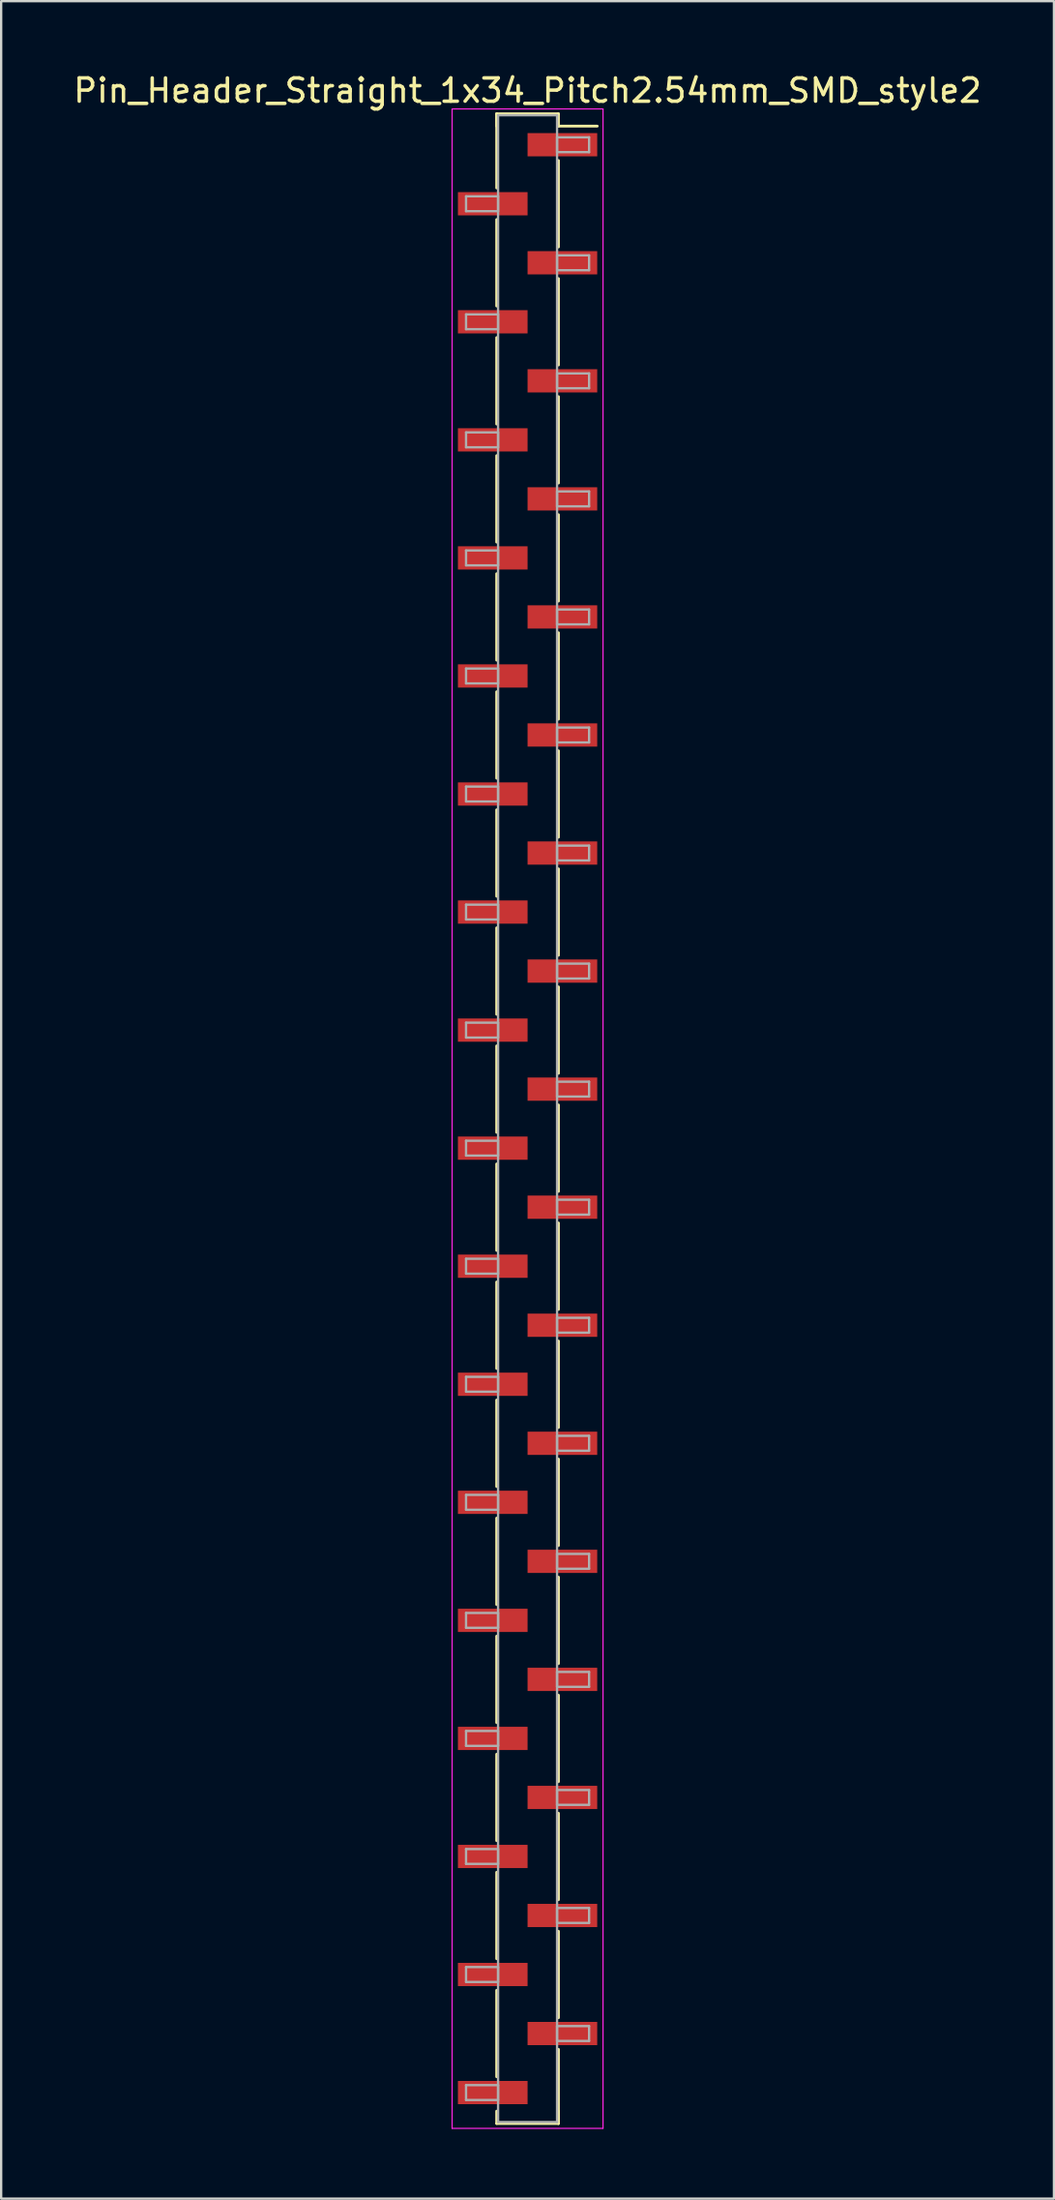
<source format=kicad_pcb>
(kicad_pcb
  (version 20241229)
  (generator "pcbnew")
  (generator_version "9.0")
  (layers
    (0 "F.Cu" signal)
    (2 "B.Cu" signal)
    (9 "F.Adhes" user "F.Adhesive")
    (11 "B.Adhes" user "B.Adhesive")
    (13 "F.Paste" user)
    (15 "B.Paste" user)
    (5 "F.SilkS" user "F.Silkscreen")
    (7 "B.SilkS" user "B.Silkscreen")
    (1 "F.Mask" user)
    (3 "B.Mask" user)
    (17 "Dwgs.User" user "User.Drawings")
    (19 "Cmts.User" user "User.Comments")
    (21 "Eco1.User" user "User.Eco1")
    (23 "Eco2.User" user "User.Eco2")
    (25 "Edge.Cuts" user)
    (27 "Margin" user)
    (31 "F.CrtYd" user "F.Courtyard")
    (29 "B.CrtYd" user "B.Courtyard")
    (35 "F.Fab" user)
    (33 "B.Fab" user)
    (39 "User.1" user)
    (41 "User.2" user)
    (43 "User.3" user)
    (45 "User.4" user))
  (footprint "Pin_Header_Straight_1x34_Pitch2.54mm_SMD_style2"
    (layer "F.Cu")
    (at 19.673 45.088)
    (property "Reference" "Pin_Header_Straight_1x34_Pitch2.54mm_SMD_style2" (at 0 -44.24 0) (layer "F.SilkS") (effects (font (size 1 1) (thickness 0.15))))
    (attr smd)
    (fp_line (start -1.33 -43.24) (end -1.33 -40.05) (stroke (width 0.12) (type solid)) (layer "F.SilkS"))
    (fp_line (start -1.33 -43.24) (end 1.33 -43.24) (stroke (width 0.12) (type solid)) (layer "F.SilkS"))
    (fp_line (start -1.33 -42.71) (end -1.33 -43.24) (stroke (width 0.12) (type solid)) (layer "F.SilkS"))
    (fp_line (start -1.33 -38.69) (end -1.33 -34.97) (stroke (width 0.12) (type solid)) (layer "F.SilkS"))
    (fp_line (start -1.33 -33.61) (end -1.33 -29.89) (stroke (width 0.12) (type solid)) (layer "F.SilkS"))
    (fp_line (start -1.33 -28.53) (end -1.33 -24.81) (stroke (width 0.12) (type solid)) (layer "F.SilkS"))
    (fp_line (start -1.33 -23.45) (end -1.33 -19.73) (stroke (width 0.12) (type solid)) (layer "F.SilkS"))
    (fp_line (start -1.33 -18.37) (end -1.33 -14.65) (stroke (width 0.12) (type solid)) (layer "F.SilkS"))
    (fp_line (start -1.33 -13.29) (end -1.33 -9.57) (stroke (width 0.12) (type solid)) (layer "F.SilkS"))
    (fp_line (start -1.33 -8.21) (end -1.33 -4.49) (stroke (width 0.12) (type solid)) (layer "F.SilkS"))
    (fp_line (start -1.33 -3.13) (end -1.33 0.59) (stroke (width 0.12) (type solid)) (layer "F.SilkS"))
    (fp_line (start -1.33 1.95) (end -1.33 5.67) (stroke (width 0.12) (type solid)) (layer "F.SilkS"))
    (fp_line (start -1.33 7.03) (end -1.33 10.75) (stroke (width 0.12) (type solid)) (layer "F.SilkS"))
    (fp_line (start -1.33 12.11) (end -1.33 15.83) (stroke (width 0.12) (type solid)) (layer "F.SilkS"))
    (fp_line (start -1.33 17.19) (end -1.33 20.91) (stroke (width 0.12) (type solid)) (layer "F.SilkS"))
    (fp_line (start -1.33 22.27) (end -1.33 25.99) (stroke (width 0.12) (type solid)) (layer "F.SilkS"))
    (fp_line (start -1.33 27.35) (end -1.33 31.07) (stroke (width 0.12) (type solid)) (layer "F.SilkS"))
    (fp_line (start -1.33 32.43) (end -1.33 36.15) (stroke (width 0.12) (type solid)) (layer "F.SilkS"))
    (fp_line (start -1.33 37.51) (end -1.33 41.23) (stroke (width 0.12) (type solid)) (layer "F.SilkS"))
    (fp_line (start -1.33 42.71) (end -1.33 43.24) (stroke (width 0.12) (type solid)) (layer "F.SilkS"))
    (fp_line (start -1.33 43.24) (end 1.33 43.24) (stroke (width 0.12) (type solid)) (layer "F.SilkS"))
    (fp_line (start 1.33 -43.24) (end 1.33 -42.71) (stroke (width 0.12) (type solid)) (layer "F.SilkS"))
    (fp_line (start 1.33 -42.71) (end 3 -42.71) (stroke (width 0.12) (type solid)) (layer "F.SilkS"))
    (fp_line (start 1.33 -41.23) (end 1.33 -37.51) (stroke (width 0.12) (type solid)) (layer "F.SilkS"))
    (fp_line (start 1.33 -36.15) (end 1.33 -32.43) (stroke (width 0.12) (type solid)) (layer "F.SilkS"))
    (fp_line (start 1.33 -31.07) (end 1.33 -27.35) (stroke (width 0.12) (type solid)) (layer "F.SilkS"))
    (fp_line (start 1.33 -25.99) (end 1.33 -22.27) (stroke (width 0.12) (type solid)) (layer "F.SilkS"))
    (fp_line (start 1.33 -20.91) (end 1.33 -17.19) (stroke (width 0.12) (type solid)) (layer "F.SilkS"))
    (fp_line (start 1.33 -15.83) (end 1.33 -12.11) (stroke (width 0.12) (type solid)) (layer "F.SilkS"))
    (fp_line (start 1.33 -10.75) (end 1.33 -7.03) (stroke (width 0.12) (type solid)) (layer "F.SilkS"))
    (fp_line (start 1.33 -5.67) (end 1.33 -1.95) (stroke (width 0.12) (type solid)) (layer "F.SilkS"))
    (fp_line (start 1.33 -0.59) (end 1.33 3.13) (stroke (width 0.12) (type solid)) (layer "F.SilkS"))
    (fp_line (start 1.33 4.49) (end 1.33 8.21) (stroke (width 0.12) (type solid)) (layer "F.SilkS"))
    (fp_line (start 1.33 9.57) (end 1.33 13.29) (stroke (width 0.12) (type solid)) (layer "F.SilkS"))
    (fp_line (start 1.33 14.65) (end 1.33 18.37) (stroke (width 0.12) (type solid)) (layer "F.SilkS"))
    (fp_line (start 1.33 19.73) (end 1.33 23.45) (stroke (width 0.12) (type solid)) (layer "F.SilkS"))
    (fp_line (start 1.33 24.81) (end 1.33 28.53) (stroke (width 0.12) (type solid)) (layer "F.SilkS"))
    (fp_line (start 1.33 29.89) (end 1.33 33.61) (stroke (width 0.12) (type solid)) (layer "F.SilkS"))
    (fp_line (start 1.33 34.97) (end 1.33 38.69) (stroke (width 0.12) (type solid)) (layer "F.SilkS"))
    (fp_line (start 1.33 40.05) (end 1.33 43.24) (stroke (width 0.12) (type solid)) (layer "F.SilkS"))
    (fp_line (start 1.33 43.24) (end 1.33 42.71) (stroke (width 0.12) (type solid)) (layer "F.SilkS"))
    (fp_line (start -3.25 -43.45) (end -3.25 43.45) (stroke (width 0.05) (type solid)) (layer "F.CrtYd"))
    (fp_line (start -3.25 43.45) (end 3.25 43.45) (stroke (width 0.05) (type solid)) (layer "F.CrtYd"))
    (fp_line (start 3.25 -43.45) (end -3.25 -43.45) (stroke (width 0.05) (type solid)) (layer "F.CrtYd"))
    (fp_line (start 3.25 43.45) (end 3.25 -43.45) (stroke (width 0.05) (type solid)) (layer "F.CrtYd"))
    (fp_line (start -2.65 -39.69) (end -1.27 -39.69) (stroke (width 0.1) (type solid)) (layer "F.Fab"))
    (fp_line (start -2.65 -39.05) (end -2.65 -39.69) (stroke (width 0.1) (type solid)) (layer "F.Fab"))
    (fp_line (start -2.65 -34.61) (end -1.27 -34.61) (stroke (width 0.1) (type solid)) (layer "F.Fab"))
    (fp_line (start -2.65 -33.97) (end -2.65 -34.61) (stroke (width 0.1) (type solid)) (layer "F.Fab"))
    (fp_line (start -2.65 -29.53) (end -1.27 -29.53) (stroke (width 0.1) (type solid)) (layer "F.Fab"))
    (fp_line (start -2.65 -28.89) (end -2.65 -29.53) (stroke (width 0.1) (type solid)) (layer "F.Fab"))
    (fp_line (start -2.65 -24.45) (end -1.27 -24.45) (stroke (width 0.1) (type solid)) (layer "F.Fab"))
    (fp_line (start -2.65 -23.81) (end -2.65 -24.45) (stroke (width 0.1) (type solid)) (layer "F.Fab"))
    (fp_line (start -2.65 -19.37) (end -1.27 -19.37) (stroke (width 0.1) (type solid)) (layer "F.Fab"))
    (fp_line (start -2.65 -18.73) (end -2.65 -19.37) (stroke (width 0.1) (type solid)) (layer "F.Fab"))
    (fp_line (start -2.65 -14.29) (end -1.27 -14.29) (stroke (width 0.1) (type solid)) (layer "F.Fab"))
    (fp_line (start -2.65 -13.65) (end -2.65 -14.29) (stroke (width 0.1) (type solid)) (layer "F.Fab"))
    (fp_line (start -2.65 -9.21) (end -1.27 -9.21) (stroke (width 0.1) (type solid)) (layer "F.Fab"))
    (fp_line (start -2.65 -8.57) (end -2.65 -9.21) (stroke (width 0.1) (type solid)) (layer "F.Fab"))
    (fp_line (start -2.65 -4.13) (end -1.27 -4.13) (stroke (width 0.1) (type solid)) (layer "F.Fab"))
    (fp_line (start -2.65 -3.49) (end -2.65 -4.13) (stroke (width 0.1) (type solid)) (layer "F.Fab"))
    (fp_line (start -2.65 0.95) (end -1.27 0.95) (stroke (width 0.1) (type solid)) (layer "F.Fab"))
    (fp_line (start -2.65 1.59) (end -2.65 0.95) (stroke (width 0.1) (type solid)) (layer "F.Fab"))
    (fp_line (start -2.65 6.03) (end -1.27 6.03) (stroke (width 0.1) (type solid)) (layer "F.Fab"))
    (fp_line (start -2.65 6.67) (end -2.65 6.03) (stroke (width 0.1) (type solid)) (layer "F.Fab"))
    (fp_line (start -2.65 11.11) (end -1.27 11.11) (stroke (width 0.1) (type solid)) (layer "F.Fab"))
    (fp_line (start -2.65 11.75) (end -2.65 11.11) (stroke (width 0.1) (type solid)) (layer "F.Fab"))
    (fp_line (start -2.65 16.19) (end -1.27 16.19) (stroke (width 0.1) (type solid)) (layer "F.Fab"))
    (fp_line (start -2.65 16.83) (end -2.65 16.19) (stroke (width 0.1) (type solid)) (layer "F.Fab"))
    (fp_line (start -2.65 21.27) (end -1.27 21.27) (stroke (width 0.1) (type solid)) (layer "F.Fab"))
    (fp_line (start -2.65 21.91) (end -2.65 21.27) (stroke (width 0.1) (type solid)) (layer "F.Fab"))
    (fp_line (start -2.65 26.35) (end -1.27 26.35) (stroke (width 0.1) (type solid)) (layer "F.Fab"))
    (fp_line (start -2.65 26.99) (end -2.65 26.35) (stroke (width 0.1) (type solid)) (layer "F.Fab"))
    (fp_line (start -2.65 31.43) (end -1.27 31.43) (stroke (width 0.1) (type solid)) (layer "F.Fab"))
    (fp_line (start -2.65 32.07) (end -2.65 31.43) (stroke (width 0.1) (type solid)) (layer "F.Fab"))
    (fp_line (start -2.65 36.51) (end -1.27 36.51) (stroke (width 0.1) (type solid)) (layer "F.Fab"))
    (fp_line (start -2.65 37.15) (end -2.65 36.51) (stroke (width 0.1) (type solid)) (layer "F.Fab"))
    (fp_line (start -2.65 41.59) (end -1.27 41.59) (stroke (width 0.1) (type solid)) (layer "F.Fab"))
    (fp_line (start -2.65 42.23) (end -2.65 41.59) (stroke (width 0.1) (type solid)) (layer "F.Fab"))
    (fp_line (start -1.27 -43.18) (end -1.27 43.18) (stroke (width 0.1) (type solid)) (layer "F.Fab"))
    (fp_line (start -1.27 -39.69) (end -1.27 -39.05) (stroke (width 0.1) (type solid)) (layer "F.Fab"))
    (fp_line (start -1.27 -39.05) (end -2.65 -39.05) (stroke (width 0.1) (type solid)) (layer "F.Fab"))
    (fp_line (start -1.27 -34.61) (end -1.27 -33.97) (stroke (width 0.1) (type solid)) (layer "F.Fab"))
    (fp_line (start -1.27 -33.97) (end -2.65 -33.97) (stroke (width 0.1) (type solid)) (layer "F.Fab"))
    (fp_line (start -1.27 -29.53) (end -1.27 -28.89) (stroke (width 0.1) (type solid)) (layer "F.Fab"))
    (fp_line (start -1.27 -28.89) (end -2.65 -28.89) (stroke (width 0.1) (type solid)) (layer "F.Fab"))
    (fp_line (start -1.27 -24.45) (end -1.27 -23.81) (stroke (width 0.1) (type solid)) (layer "F.Fab"))
    (fp_line (start -1.27 -23.81) (end -2.65 -23.81) (stroke (width 0.1) (type solid)) (layer "F.Fab"))
    (fp_line (start -1.27 -19.37) (end -1.27 -18.73) (stroke (width 0.1) (type solid)) (layer "F.Fab"))
    (fp_line (start -1.27 -18.73) (end -2.65 -18.73) (stroke (width 0.1) (type solid)) (layer "F.Fab"))
    (fp_line (start -1.27 -14.29) (end -1.27 -13.65) (stroke (width 0.1) (type solid)) (layer "F.Fab"))
    (fp_line (start -1.27 -13.65) (end -2.65 -13.65) (stroke (width 0.1) (type solid)) (layer "F.Fab"))
    (fp_line (start -1.27 -9.21) (end -1.27 -8.57) (stroke (width 0.1) (type solid)) (layer "F.Fab"))
    (fp_line (start -1.27 -8.57) (end -2.65 -8.57) (stroke (width 0.1) (type solid)) (layer "F.Fab"))
    (fp_line (start -1.27 -4.13) (end -1.27 -3.49) (stroke (width 0.1) (type solid)) (layer "F.Fab"))
    (fp_line (start -1.27 -3.49) (end -2.65 -3.49) (stroke (width 0.1) (type solid)) (layer "F.Fab"))
    (fp_line (start -1.27 0.95) (end -1.27 1.59) (stroke (width 0.1) (type solid)) (layer "F.Fab"))
    (fp_line (start -1.27 1.59) (end -2.65 1.59) (stroke (width 0.1) (type solid)) (layer "F.Fab"))
    (fp_line (start -1.27 6.03) (end -1.27 6.67) (stroke (width 0.1) (type solid)) (layer "F.Fab"))
    (fp_line (start -1.27 6.67) (end -2.65 6.67) (stroke (width 0.1) (type solid)) (layer "F.Fab"))
    (fp_line (start -1.27 11.11) (end -1.27 11.75) (stroke (width 0.1) (type solid)) (layer "F.Fab"))
    (fp_line (start -1.27 11.75) (end -2.65 11.75) (stroke (width 0.1) (type solid)) (layer "F.Fab"))
    (fp_line (start -1.27 16.19) (end -1.27 16.83) (stroke (width 0.1) (type solid)) (layer "F.Fab"))
    (fp_line (start -1.27 16.83) (end -2.65 16.83) (stroke (width 0.1) (type solid)) (layer "F.Fab"))
    (fp_line (start -1.27 21.27) (end -1.27 21.91) (stroke (width 0.1) (type solid)) (layer "F.Fab"))
    (fp_line (start -1.27 21.91) (end -2.65 21.91) (stroke (width 0.1) (type solid)) (layer "F.Fab"))
    (fp_line (start -1.27 26.35) (end -1.27 26.99) (stroke (width 0.1) (type solid)) (layer "F.Fab"))
    (fp_line (start -1.27 26.99) (end -2.65 26.99) (stroke (width 0.1) (type solid)) (layer "F.Fab"))
    (fp_line (start -1.27 31.43) (end -1.27 32.07) (stroke (width 0.1) (type solid)) (layer "F.Fab"))
    (fp_line (start -1.27 32.07) (end -2.65 32.07) (stroke (width 0.1) (type solid)) (layer "F.Fab"))
    (fp_line (start -1.27 36.51) (end -1.27 37.15) (stroke (width 0.1) (type solid)) (layer "F.Fab"))
    (fp_line (start -1.27 37.15) (end -2.65 37.15) (stroke (width 0.1) (type solid)) (layer "F.Fab"))
    (fp_line (start -1.27 41.59) (end -1.27 42.23) (stroke (width 0.1) (type solid)) (layer "F.Fab"))
    (fp_line (start -1.27 42.23) (end -2.65 42.23) (stroke (width 0.1) (type solid)) (layer "F.Fab"))
    (fp_line (start -1.27 43.18) (end 1.27 43.18) (stroke (width 0.1) (type solid)) (layer "F.Fab"))
    (fp_line (start 1.27 -43.18) (end -1.27 -43.18) (stroke (width 0.1) (type solid)) (layer "F.Fab"))
    (fp_line (start 1.27 -42.23) (end 1.27 -41.59) (stroke (width 0.1) (type solid)) (layer "F.Fab"))
    (fp_line (start 1.27 -41.59) (end 2.65 -41.59) (stroke (width 0.1) (type solid)) (layer "F.Fab"))
    (fp_line (start 1.27 -37.15) (end 1.27 -36.51) (stroke (width 0.1) (type solid)) (layer "F.Fab"))
    (fp_line (start 1.27 -36.51) (end 2.65 -36.51) (stroke (width 0.1) (type solid)) (layer "F.Fab"))
    (fp_line (start 1.27 -32.07) (end 1.27 -31.43) (stroke (width 0.1) (type solid)) (layer "F.Fab"))
    (fp_line (start 1.27 -31.43) (end 2.65 -31.43) (stroke (width 0.1) (type solid)) (layer "F.Fab"))
    (fp_line (start 1.27 -26.99) (end 1.27 -26.35) (stroke (width 0.1) (type solid)) (layer "F.Fab"))
    (fp_line (start 1.27 -26.35) (end 2.65 -26.35) (stroke (width 0.1) (type solid)) (layer "F.Fab"))
    (fp_line (start 1.27 -21.91) (end 1.27 -21.27) (stroke (width 0.1) (type solid)) (layer "F.Fab"))
    (fp_line (start 1.27 -21.27) (end 2.65 -21.27) (stroke (width 0.1) (type solid)) (layer "F.Fab"))
    (fp_line (start 1.27 -16.83) (end 1.27 -16.19) (stroke (width 0.1) (type solid)) (layer "F.Fab"))
    (fp_line (start 1.27 -16.19) (end 2.65 -16.19) (stroke (width 0.1) (type solid)) (layer "F.Fab"))
    (fp_line (start 1.27 -11.75) (end 1.27 -11.11) (stroke (width 0.1) (type solid)) (layer "F.Fab"))
    (fp_line (start 1.27 -11.11) (end 2.65 -11.11) (stroke (width 0.1) (type solid)) (layer "F.Fab"))
    (fp_line (start 1.27 -6.67) (end 1.27 -6.03) (stroke (width 0.1) (type solid)) (layer "F.Fab"))
    (fp_line (start 1.27 -6.03) (end 2.65 -6.03) (stroke (width 0.1) (type solid)) (layer "F.Fab"))
    (fp_line (start 1.27 -1.59) (end 1.27 -0.95) (stroke (width 0.1) (type solid)) (layer "F.Fab"))
    (fp_line (start 1.27 -0.95) (end 2.65 -0.95) (stroke (width 0.1) (type solid)) (layer "F.Fab"))
    (fp_line (start 1.27 3.49) (end 1.27 4.13) (stroke (width 0.1) (type solid)) (layer "F.Fab"))
    (fp_line (start 1.27 4.13) (end 2.65 4.13) (stroke (width 0.1) (type solid)) (layer "F.Fab"))
    (fp_line (start 1.27 8.57) (end 1.27 9.21) (stroke (width 0.1) (type solid)) (layer "F.Fab"))
    (fp_line (start 1.27 9.21) (end 2.65 9.21) (stroke (width 0.1) (type solid)) (layer "F.Fab"))
    (fp_line (start 1.27 13.65) (end 1.27 14.29) (stroke (width 0.1) (type solid)) (layer "F.Fab"))
    (fp_line (start 1.27 14.29) (end 2.65 14.29) (stroke (width 0.1) (type solid)) (layer "F.Fab"))
    (fp_line (start 1.27 18.73) (end 1.27 19.37) (stroke (width 0.1) (type solid)) (layer "F.Fab"))
    (fp_line (start 1.27 19.37) (end 2.65 19.37) (stroke (width 0.1) (type solid)) (layer "F.Fab"))
    (fp_line (start 1.27 23.81) (end 1.27 24.45) (stroke (width 0.1) (type solid)) (layer "F.Fab"))
    (fp_line (start 1.27 24.45) (end 2.65 24.45) (stroke (width 0.1) (type solid)) (layer "F.Fab"))
    (fp_line (start 1.27 28.89) (end 1.27 29.53) (stroke (width 0.1) (type solid)) (layer "F.Fab"))
    (fp_line (start 1.27 29.53) (end 2.65 29.53) (stroke (width 0.1) (type solid)) (layer "F.Fab"))
    (fp_line (start 1.27 33.97) (end 1.27 34.61) (stroke (width 0.1) (type solid)) (layer "F.Fab"))
    (fp_line (start 1.27 34.61) (end 2.65 34.61) (stroke (width 0.1) (type solid)) (layer "F.Fab"))
    (fp_line (start 1.27 39.05) (end 1.27 39.69) (stroke (width 0.1) (type solid)) (layer "F.Fab"))
    (fp_line (start 1.27 39.69) (end 2.65 39.69) (stroke (width 0.1) (type solid)) (layer "F.Fab"))
    (fp_line (start 1.27 43.18) (end 1.27 -43.18) (stroke (width 0.1) (type solid)) (layer "F.Fab"))
    (fp_line (start 2.65 -42.23) (end 1.27 -42.23) (stroke (width 0.1) (type solid)) (layer "F.Fab"))
    (fp_line (start 2.65 -41.59) (end 2.65 -42.23) (stroke (width 0.1) (type solid)) (layer "F.Fab"))
    (fp_line (start 2.65 -37.15) (end 1.27 -37.15) (stroke (width 0.1) (type solid)) (layer "F.Fab"))
    (fp_line (start 2.65 -36.51) (end 2.65 -37.15) (stroke (width 0.1) (type solid)) (layer "F.Fab"))
    (fp_line (start 2.65 -32.07) (end 1.27 -32.07) (stroke (width 0.1) (type solid)) (layer "F.Fab"))
    (fp_line (start 2.65 -31.43) (end 2.65 -32.07) (stroke (width 0.1) (type solid)) (layer "F.Fab"))
    (fp_line (start 2.65 -26.99) (end 1.27 -26.99) (stroke (width 0.1) (type solid)) (layer "F.Fab"))
    (fp_line (start 2.65 -26.35) (end 2.65 -26.99) (stroke (width 0.1) (type solid)) (layer "F.Fab"))
    (fp_line (start 2.65 -21.91) (end 1.27 -21.91) (stroke (width 0.1) (type solid)) (layer "F.Fab"))
    (fp_line (start 2.65 -21.27) (end 2.65 -21.91) (stroke (width 0.1) (type solid)) (layer "F.Fab"))
    (fp_line (start 2.65 -16.83) (end 1.27 -16.83) (stroke (width 0.1) (type solid)) (layer "F.Fab"))
    (fp_line (start 2.65 -16.19) (end 2.65 -16.83) (stroke (width 0.1) (type solid)) (layer "F.Fab"))
    (fp_line (start 2.65 -11.75) (end 1.27 -11.75) (stroke (width 0.1) (type solid)) (layer "F.Fab"))
    (fp_line (start 2.65 -11.11) (end 2.65 -11.75) (stroke (width 0.1) (type solid)) (layer "F.Fab"))
    (fp_line (start 2.65 -6.67) (end 1.27 -6.67) (stroke (width 0.1) (type solid)) (layer "F.Fab"))
    (fp_line (start 2.65 -6.03) (end 2.65 -6.67) (stroke (width 0.1) (type solid)) (layer "F.Fab"))
    (fp_line (start 2.65 -1.59) (end 1.27 -1.59) (stroke (width 0.1) (type solid)) (layer "F.Fab"))
    (fp_line (start 2.65 -0.95) (end 2.65 -1.59) (stroke (width 0.1) (type solid)) (layer "F.Fab"))
    (fp_line (start 2.65 3.49) (end 1.27 3.49) (stroke (width 0.1) (type solid)) (layer "F.Fab"))
    (fp_line (start 2.65 4.13) (end 2.65 3.49) (stroke (width 0.1) (type solid)) (layer "F.Fab"))
    (fp_line (start 2.65 8.57) (end 1.27 8.57) (stroke (width 0.1) (type solid)) (layer "F.Fab"))
    (fp_line (start 2.65 9.21) (end 2.65 8.57) (stroke (width 0.1) (type solid)) (layer "F.Fab"))
    (fp_line (start 2.65 13.65) (end 1.27 13.65) (stroke (width 0.1) (type solid)) (layer "F.Fab"))
    (fp_line (start 2.65 14.29) (end 2.65 13.65) (stroke (width 0.1) (type solid)) (layer "F.Fab"))
    (fp_line (start 2.65 18.73) (end 1.27 18.73) (stroke (width 0.1) (type solid)) (layer "F.Fab"))
    (fp_line (start 2.65 19.37) (end 2.65 18.73) (stroke (width 0.1) (type solid)) (layer "F.Fab"))
    (fp_line (start 2.65 23.81) (end 1.27 23.81) (stroke (width 0.1) (type solid)) (layer "F.Fab"))
    (fp_line (start 2.65 24.45) (end 2.65 23.81) (stroke (width 0.1) (type solid)) (layer "F.Fab"))
    (fp_line (start 2.65 28.89) (end 1.27 28.89) (stroke (width 0.1) (type solid)) (layer "F.Fab"))
    (fp_line (start 2.65 29.53) (end 2.65 28.89) (stroke (width 0.1) (type solid)) (layer "F.Fab"))
    (fp_line (start 2.65 33.97) (end 1.27 33.97) (stroke (width 0.1) (type solid)) (layer "F.Fab"))
    (fp_line (start 2.65 34.61) (end 2.65 33.97) (stroke (width 0.1) (type solid)) (layer "F.Fab"))
    (fp_line (start 2.65 39.05) (end 1.27 39.05) (stroke (width 0.1) (type solid)) (layer "F.Fab"))
    (fp_line (start 2.65 39.69) (end 2.65 39.05) (stroke (width 0.1) (type solid)) (layer "F.Fab"))
    (pad "1" smd rect (at 1.5 -41.91) (size 3 1) (layers "F.Cu" "F.Mask"))
    (pad "2" smd rect (at -1.5 -39.37) (size 3 1) (layers "F.Cu" "F.Mask"))
    (pad "3" smd rect (at 1.5 -36.83) (size 3 1) (layers "F.Cu" "F.Mask"))
    (pad "4" smd rect (at -1.5 -34.29) (size 3 1) (layers "F.Cu" "F.Mask"))
    (pad "5" smd rect (at 1.5 -31.75) (size 3 1) (layers "F.Cu" "F.Mask"))
    (pad "6" smd rect (at -1.5 -29.21) (size 3 1) (layers "F.Cu" "F.Mask"))
    (pad "7" smd rect (at 1.5 -26.67) (size 3 1) (layers "F.Cu" "F.Mask"))
    (pad "8" smd rect (at -1.5 -24.13) (size 3 1) (layers "F.Cu" "F.Mask"))
    (pad "9" smd rect (at 1.5 -21.59) (size 3 1) (layers "F.Cu" "F.Mask"))
    (pad "10" smd rect (at -1.5 -19.05) (size 3 1) (layers "F.Cu" "F.Mask"))
    (pad "11" smd rect (at 1.5 -16.51) (size 3 1) (layers "F.Cu" "F.Mask"))
    (pad "12" smd rect (at -1.5 -13.97) (size 3 1) (layers "F.Cu" "F.Mask"))
    (pad "13" smd rect (at 1.5 -11.43) (size 3 1) (layers "F.Cu" "F.Mask"))
    (pad "14" smd rect (at -1.5 -8.89) (size 3 1) (layers "F.Cu" "F.Mask"))
    (pad "15" smd rect (at 1.5 -6.35) (size 3 1) (layers "F.Cu" "F.Mask"))
    (pad "16" smd rect (at -1.5 -3.81) (size 3 1) (layers "F.Cu" "F.Mask"))
    (pad "17" smd rect (at 1.5 -1.27) (size 3 1) (layers "F.Cu" "F.Mask"))
    (pad "18" smd rect (at -1.5 1.27) (size 3 1) (layers "F.Cu" "F.Mask"))
    (pad "19" smd rect (at 1.5 3.81) (size 3 1) (layers "F.Cu" "F.Mask"))
    (pad "20" smd rect (at -1.5 6.35) (size 3 1) (layers "F.Cu" "F.Mask"))
    (pad "21" smd rect (at 1.5 8.89) (size 3 1) (layers "F.Cu" "F.Mask"))
    (pad "22" smd rect (at -1.5 11.43) (size 3 1) (layers "F.Cu" "F.Mask"))
    (pad "23" smd rect (at 1.5 13.97) (size 3 1) (layers "F.Cu" "F.Mask"))
    (pad "24" smd rect (at -1.5 16.51) (size 3 1) (layers "F.Cu" "F.Mask"))
    (pad "25" smd rect (at 1.5 19.05) (size 3 1) (layers "F.Cu" "F.Mask"))
    (pad "26" smd rect (at -1.5 21.59) (size 3 1) (layers "F.Cu" "F.Mask"))
    (pad "27" smd rect (at 1.5 24.13) (size 3 1) (layers "F.Cu" "F.Mask"))
    (pad "28" smd rect (at -1.5 26.67) (size 3 1) (layers "F.Cu" "F.Mask"))
    (pad "29" smd rect (at 1.5 29.21) (size 3 1) (layers "F.Cu" "F.Mask"))
    (pad "30" smd rect (at -1.5 31.75) (size 3 1) (layers "F.Cu" "F.Mask"))
    (pad "31" smd rect (at 1.5 34.29) (size 3 1) (layers "F.Cu" "F.Mask"))
    (pad "32" smd rect (at -1.5 36.83) (size 3 1) (layers "F.Cu" "F.Mask"))
    (pad "33" smd rect (at 1.5 39.37) (size 3 1) (layers "F.Cu" "F.Mask"))
    (pad "34" smd rect (at -1.5 41.91) (size 3 1) (layers "F.Cu" "F.Mask")))
  (gr_rect
    (start -3 -3)
    (end 42.345 91.563)
    (stroke (width 0.1) (type default))
    (fill no)
    (layer "Edge.Cuts")))
</source>
